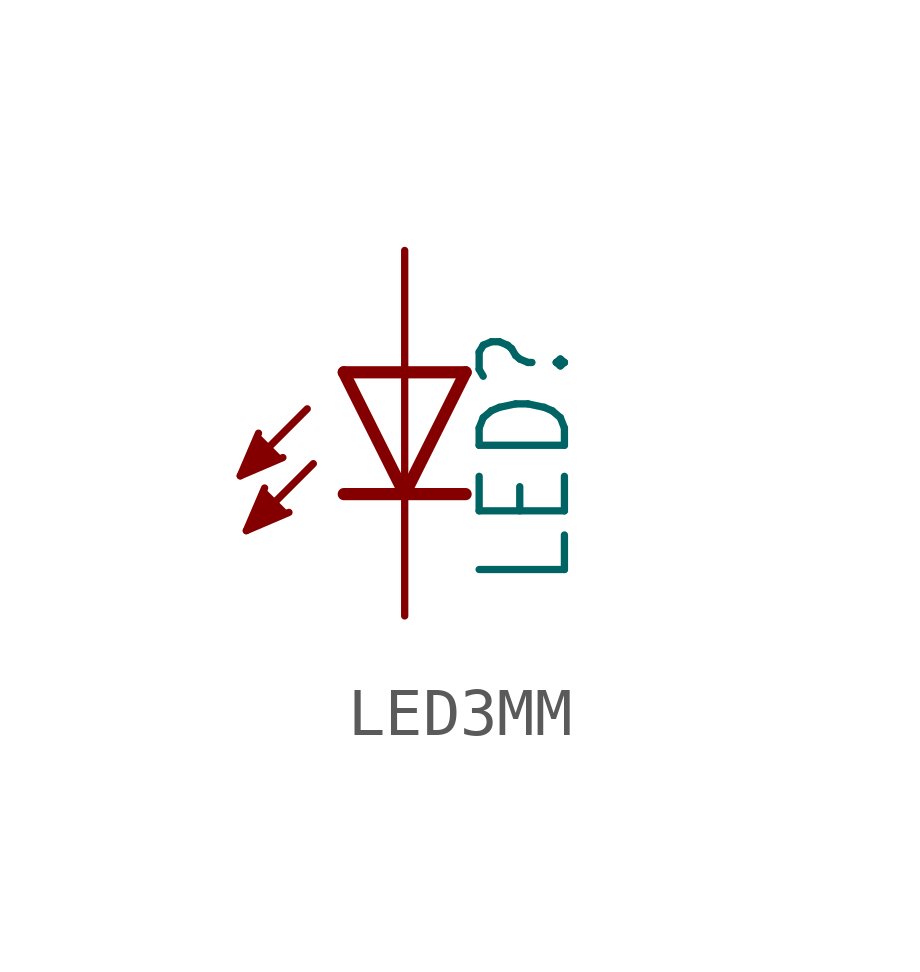
<source format=kicad_sym>
(kicad_symbol_lib
  (version 20231120)
  (generator "kicad_symbol_editor")
  (generator_version "8.0")
  (symbol "LED3MM"
    (property "Reference" "LED"
      (at 3.556 -4.572 90)
      (effects (font (size 1.778 1.511)) (justify left bottom)))
    (property "Value" ""
      (at 5.715 -4.572 90)
      (effects (font (size 1.778 1.511)) (justify left bottom)))
    (property "ki_locked" ""
      (at 0 0 0)
      (effects (font (size 1.27 1.27))))
    (symbol "LED3MM_1_0"
      (polyline (pts (xy -2.032 -0.762) (xy -3.429 -2.159)) (stroke (width 0.152) (type solid)) (fill (type none)))
      (polyline (pts (xy -1.905 -1.905) (xy -3.302 -3.302)) (stroke (width 0.152) (type solid)) (fill (type none)))
      (polyline (pts (xy 0 -2.54) (xy -1.27 -2.54)) (stroke (width 0.254) (type solid)) (fill (type none)))
      (polyline (pts (xy 0 -2.54) (xy -1.27 0)) (stroke (width 0.254) (type solid)) (fill (type none)))
      (polyline (pts (xy 0 0) (xy -1.27 0)) (stroke (width 0.254) (type solid)) (fill (type none)))
      (polyline (pts (xy 0 0) (xy 0 -2.54)) (stroke (width 0.152) (type solid)) (fill (type none)))
      (polyline (pts (xy 1.27 -2.54) (xy 0 -2.54)) (stroke (width 0.254) (type solid)) (fill (type none)))
      (polyline (pts (xy 1.27 0) (xy 0 -2.54)) (stroke (width 0.254) (type solid)) (fill (type none)))
      (polyline (pts (xy 1.27 0) (xy 0 0)) (stroke (width 0.254) (type solid)) (fill (type none)))
      (polyline (pts (xy -3.048 -1.27) (xy -3.429 -2.159) (xy -2.54 -1.778)) (stroke (width 0.152) (type solid)) (fill (type outline)))
      (polyline (pts (xy -2.921 -2.413) (xy -3.302 -3.302) (xy -2.413 -2.921)) (stroke (width 0.152) (type solid)) (fill (type outline)))
      (pin passive line (at 0 2.54 270) (length 2.54) (name "A" (effects (font (size 0 0)))) (number "A" (effects (font (size 0 0)))))
      (pin passive line (at 0 -5.08 90) (length 2.54) (name "C" (effects (font (size 0 0)))) (number "K" (effects (font (size 0 0))))))))
</source>
